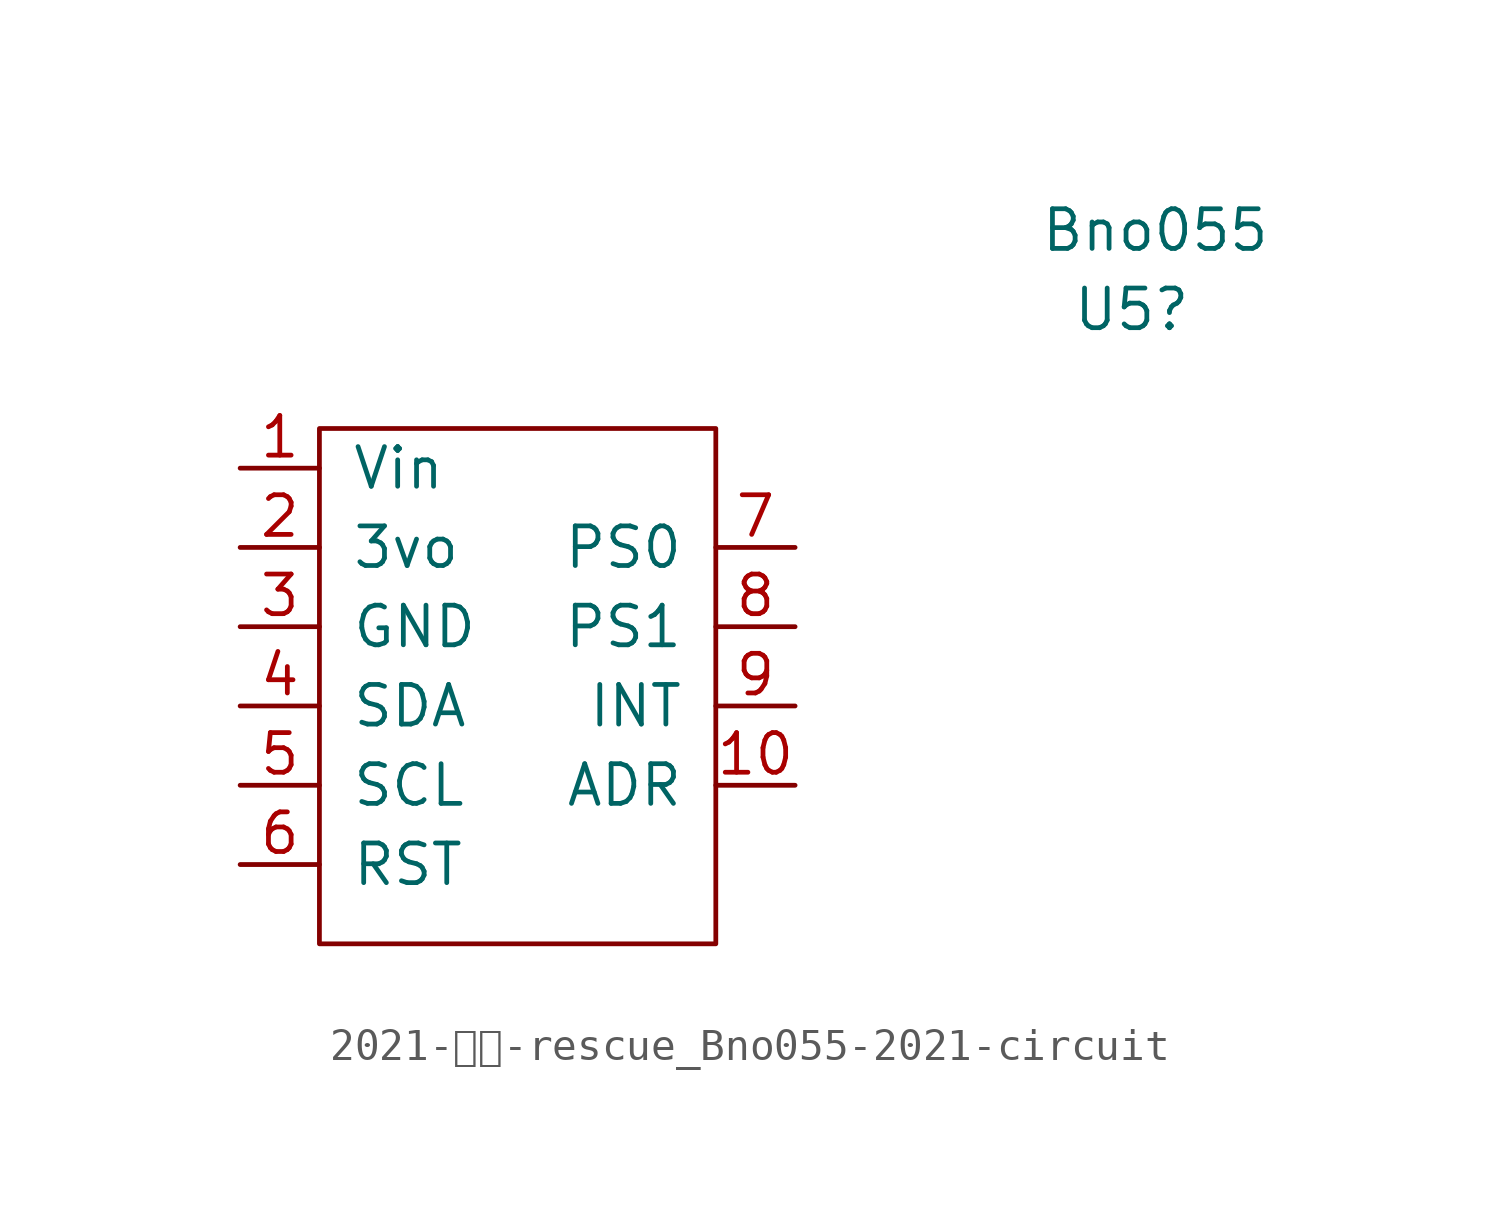
<source format=kicad_sym>
(kicad_symbol_lib
  (version 20211014)
  (generator kicad_symbol_editor)
  (symbol "2021-回路-rescue_Bno055-2021-circuit"
    (pin_names
      (offset 1.016))
    (property "Reference" "U5"
      (at 21.59 1.27 0)
      (effects (font (size 1.27 1.27)) (justify right)))
    (property "Value" "Bno055"
      (at 24.13 3.81 0)
      (effects (font (size 1.27 1.27)) (justify right)))
    (symbol "2021-回路-rescue_Bno055-2021-circuit_0_0"
      (rectangle (start -6.35 -2.54) (end 6.35 -19.05) (stroke (width 0) (type default) (color 0 0 0 0)) (fill (type none))))
    (symbol "2021-回路-rescue_Bno055-2021-circuit_1_1"
      (pin power_in line (at -8.89 -3.81 0) (length 2.54) (name "Vin" (effects (font (size 1.27 1.27)))) (number "1" (effects (font (size 1.27 1.27)))))
      (pin passive line (at 8.89 -13.97 180) (length 2.54) (name "ADR" (effects (font (size 1.27 1.27)))) (number "10" (effects (font (size 1.27 1.27)))))
      (pin passive line (at -8.89 -6.35 0) (length 2.54) (name "3vo" (effects (font (size 1.27 1.27)))) (number "2" (effects (font (size 1.27 1.27)))))
      (pin passive line (at -8.89 -8.89 0) (length 2.54) (name "GND" (effects (font (size 1.27 1.27)))) (number "3" (effects (font (size 1.27 1.27)))))
      (pin passive line (at -8.89 -11.43 0) (length 2.54) (name "SDA" (effects (font (size 1.27 1.27)))) (number "4" (effects (font (size 1.27 1.27)))))
      (pin passive line (at -8.89 -13.97 0) (length 2.54) (name "SCL" (effects (font (size 1.27 1.27)))) (number "5" (effects (font (size 1.27 1.27)))))
      (pin passive line (at -8.89 -16.51 0) (length 2.54) (name "RST" (effects (font (size 1.27 1.27)))) (number "6" (effects (font (size 1.27 1.27)))))
      (pin passive line (at 8.89 -6.35 180) (length 2.54) (name "PS0" (effects (font (size 1.27 1.27)))) (number "7" (effects (font (size 1.27 1.27)))))
      (pin passive line (at 8.89 -8.89 180) (length 2.54) (name "PS1" (effects (font (size 1.27 1.27)))) (number "8" (effects (font (size 1.27 1.27)))))
      (pin passive line (at 8.89 -11.43 180) (length 2.54) (name "INT" (effects (font (size 1.27 1.27)))) (number "9" (effects (font (size 1.27 1.27))))))))
</source>
